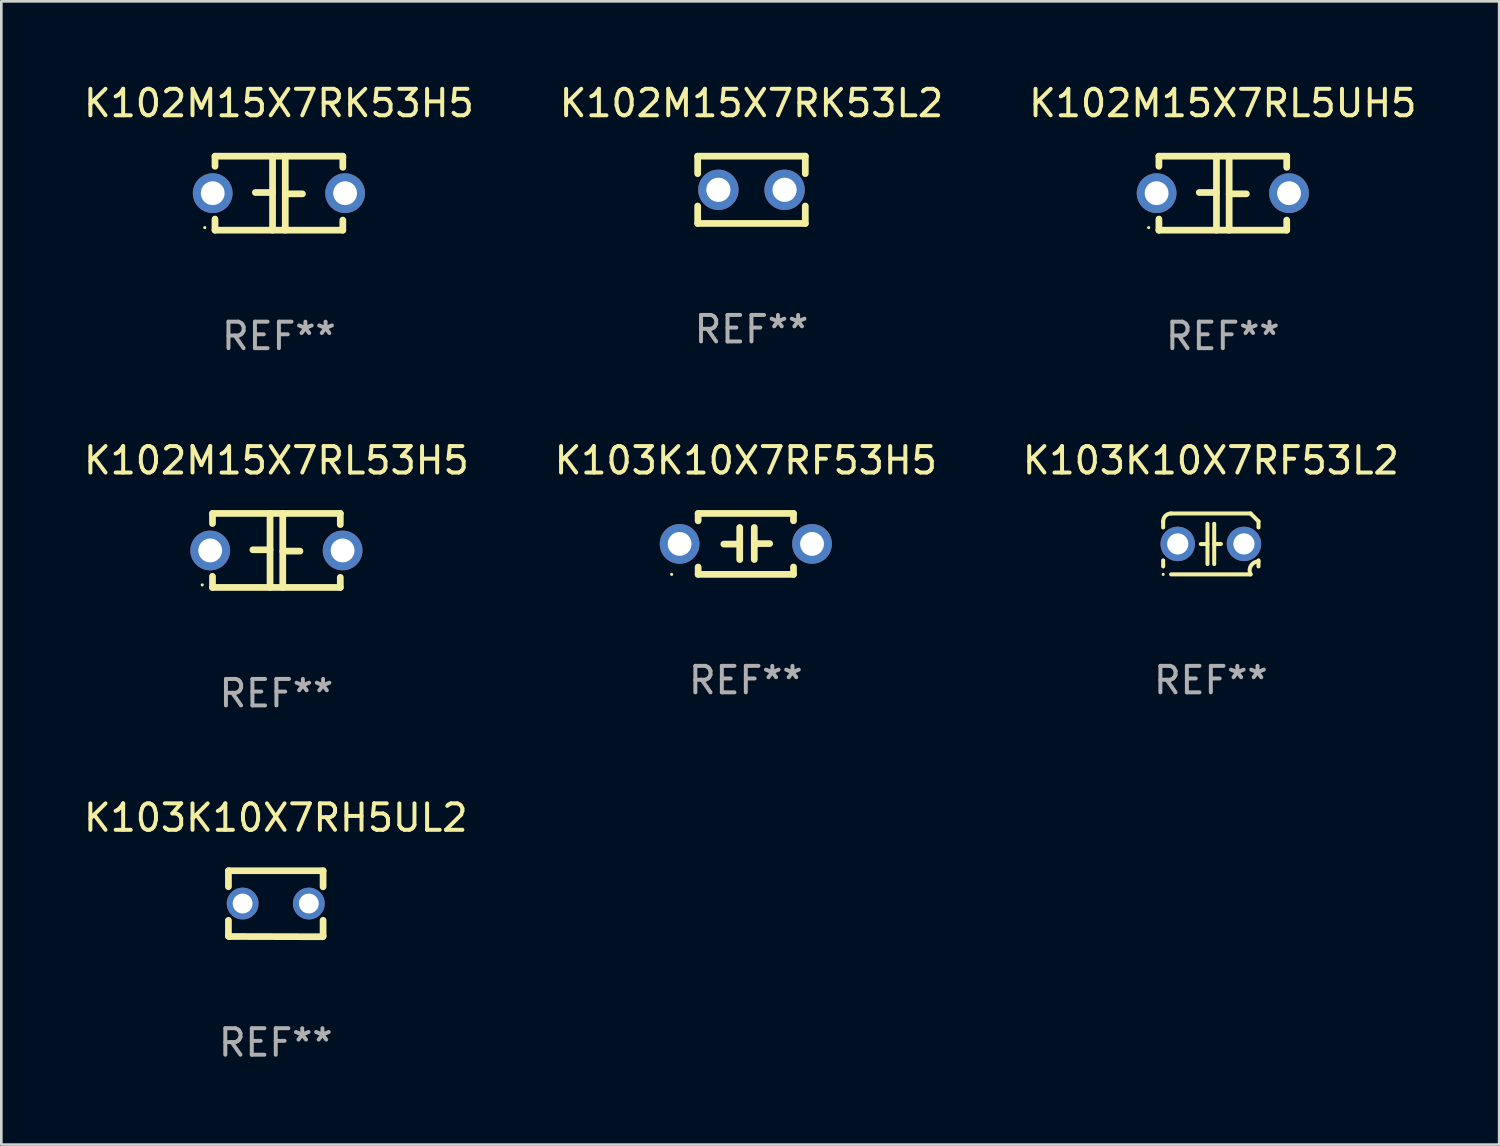
<source format=kicad_pcb>
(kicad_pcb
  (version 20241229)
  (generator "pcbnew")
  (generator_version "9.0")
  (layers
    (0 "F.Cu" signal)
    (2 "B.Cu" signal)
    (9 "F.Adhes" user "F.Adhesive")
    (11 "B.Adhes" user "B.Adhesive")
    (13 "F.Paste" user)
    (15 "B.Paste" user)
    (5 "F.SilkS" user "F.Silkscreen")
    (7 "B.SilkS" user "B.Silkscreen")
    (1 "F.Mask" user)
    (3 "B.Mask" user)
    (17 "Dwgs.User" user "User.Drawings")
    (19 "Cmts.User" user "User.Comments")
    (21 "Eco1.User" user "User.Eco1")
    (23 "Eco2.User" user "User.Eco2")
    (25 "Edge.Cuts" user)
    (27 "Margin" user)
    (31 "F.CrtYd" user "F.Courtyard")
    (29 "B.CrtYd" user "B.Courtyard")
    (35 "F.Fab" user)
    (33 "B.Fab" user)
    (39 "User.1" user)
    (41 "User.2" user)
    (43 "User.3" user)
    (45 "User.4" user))
  (footprint "K102M15X7RL53H5"
    (layer "F.Cu")
    (at 7.387 17.736)
    (property "Reference" "K102M15X7RL53H5" (at 0 -3.397 0) (layer "F.SilkS") (effects (font (size 1 1) (thickness 0.15))))
    (attr through_hole)
    (fp_line (start -2.413 -1.397) (end 2.413 -1.397) (stroke (width 0.254) (type solid)) (layer "F.SilkS"))
    (fp_line (start -2.413 -1.016) (end -2.413 -1.397) (stroke (width 0.254) (type solid)) (layer "F.SilkS"))
    (fp_line (start -2.413 0.977) (end -2.413 1.397) (stroke (width 0.254) (type solid)) (layer "F.SilkS"))
    (fp_line (start -0.24 -0.025) (end -0.889 -0.025) (stroke (width 0.254) (type solid)) (layer "F.SilkS"))
    (fp_line (start -0.24 1.397) (end -0.24 -1.397) (stroke (width 0.254) (type solid)) (layer "F.SilkS"))
    (fp_line (start 0.24 -1.397) (end 0.24 1.397) (stroke (width 0.254) (type solid)) (layer "F.SilkS"))
    (fp_line (start 0.24 0.025) (end 0.889 0.025) (stroke (width 0.254) (type solid)) (layer "F.SilkS"))
    (fp_line (start 2.413 -0.977) (end 2.413 -1.397) (stroke (width 0.254) (type solid)) (layer "F.SilkS"))
    (fp_line (start 2.413 1.016) (end 2.413 1.397) (stroke (width 0.254) (type solid)) (layer "F.SilkS"))
    (fp_line (start 2.413 1.397) (end -2.413 1.397) (stroke (width 0.254) (type solid)) (layer "F.SilkS"))
    (fp_circle (center -2.8 1.3) (end -2.77 1.3) (stroke (width 0.06) (type solid)) (fill no) (layer "F.SilkS"))
    (fp_text user "REF**" (at 0 5.397 0) (layer "F.Fab") (effects (font (size 1 1) (thickness 0.15))))
    (pad "1" thru_hole circle (at -2.5 0) (size 1.5 1.5) (drill 0.9) (layers "*.Cu" "*.Mask"))
    (pad "2" thru_hole circle (at 2.5 0) (size 1.5 1.5) (drill 0.9) (layers "*.Cu" "*.Mask")))
  (footprint "K102M15X7RK53H5"
    (layer "F.Cu")
    (at 7.482 4.245)
    (property "Reference" "K102M15X7RK53H5" (at 0 -3.397 0) (layer "F.SilkS") (effects (font (size 1 1) (thickness 0.15))))
    (attr through_hole)
    (fp_line (start -2.413 -1.397) (end 2.413 -1.397) (stroke (width 0.254) (type solid)) (layer "F.SilkS"))
    (fp_line (start -2.413 -1.016) (end -2.413 -1.397) (stroke (width 0.254) (type solid)) (layer "F.SilkS"))
    (fp_line (start -2.413 0.977) (end -2.413 1.397) (stroke (width 0.254) (type solid)) (layer "F.SilkS"))
    (fp_line (start -0.24 -0.025) (end -0.889 -0.025) (stroke (width 0.254) (type solid)) (layer "F.SilkS"))
    (fp_line (start -0.24 1.397) (end -0.24 -1.397) (stroke (width 0.254) (type solid)) (layer "F.SilkS"))
    (fp_line (start 0.24 -1.397) (end 0.24 1.397) (stroke (width 0.254) (type solid)) (layer "F.SilkS"))
    (fp_line (start 0.24 0.025) (end 0.889 0.025) (stroke (width 0.254) (type solid)) (layer "F.SilkS"))
    (fp_line (start 2.413 -0.977) (end 2.413 -1.397) (stroke (width 0.254) (type solid)) (layer "F.SilkS"))
    (fp_line (start 2.413 1.016) (end 2.413 1.397) (stroke (width 0.254) (type solid)) (layer "F.SilkS"))
    (fp_line (start 2.413 1.397) (end -2.413 1.397) (stroke (width 0.254) (type solid)) (layer "F.SilkS"))
    (fp_circle (center -2.8 1.3) (end -2.77 1.3) (stroke (width 0.06) (type solid)) (fill no) (layer "F.SilkS"))
    (fp_text user "REF**" (at 0 5.397 0) (layer "F.Fab") (effects (font (size 1 1) (thickness 0.15))))
    (pad "1" thru_hole circle (at -2.5 0) (size 1.5 1.5) (drill 0.9) (layers "*.Cu" "*.Mask"))
    (pad "2" thru_hole circle (at 2.5 0) (size 1.5 1.5) (drill 0.9) (layers "*.Cu" "*.Mask")))
  (footprint "K103K10X7RF53L2"
    (layer "F.Cu")
    (at 42.673 17.489)
    (property "Reference" "K103K10X7RF53L2" (at 0 -3.15 0) (layer "F.SilkS") (effects (font (size 1 1) (thickness 0.15))))
    (attr through_hole)
    (fp_line (start -1.8 -0.621) (end -1.8 -0.85) (stroke (width 0.152) (type solid)) (layer "F.SilkS"))
    (fp_line (start -1.8 0.85) (end -1.8 0.621) (stroke (width 0.152) (type solid)) (layer "F.SilkS"))
    (fp_line (start -1.5 -1.15) (end 1.5 -1.15) (stroke (width 0.152) (type solid)) (layer "F.SilkS"))
    (fp_line (start -0.127 -0.762) (end -0.127 0.762) (stroke (width 0.152) (type solid)) (layer "F.SilkS"))
    (fp_line (start -0.127 0.005) (end -0.381 0.005) (stroke (width 0.152) (type solid)) (layer "F.SilkS"))
    (fp_line (start 0.127 -0.762) (end 0.127 0.762) (stroke (width 0.152) (type solid)) (layer "F.SilkS"))
    (fp_line (start 0.127 0.002) (end 0.381 0.002) (stroke (width 0.152) (type solid)) (layer "F.SilkS"))
    (fp_line (start 1.5 1.15) (end -1.5 1.15) (stroke (width 0.152) (type solid)) (layer "F.SilkS"))
    (fp_line (start 1.8 -0.85) (end 1.8 -0.621) (stroke (width 0.152) (type solid)) (layer "F.SilkS"))
    (fp_line (start 1.8 0.621) (end 1.8 0.85) (stroke (width 0.152) (type solid)) (layer "F.SilkS"))
    (fp_arc (start -1.799975 -0.849987) (mid -1.712107 -1.062119) (end -1.499975 -1.149987) (stroke (width 0.151994) (type solid)) (layer "F.SilkS"))
    (fp_arc (start 1.499975 1.149987) (mid 1.513726 0.822359) (end 1.799975 0.662387) (stroke (width 0.151994) (type solid)) (layer "F.SilkS"))
    (fp_arc (start 1.500001 -1.149986) (mid 1.650015 -1.000001) (end 1.8 -0.849987) (stroke (width 0.151994) (type solid)) (layer "F.SilkS"))
    (fp_circle (center -1.8 1.15) (end -1.77 1.15) (stroke (width 0.06) (type solid)) (fill no) (layer "F.SilkS"))
    (fp_text user "REF**" (at 0 5.15 0) (layer "F.Fab") (effects (font (size 1 1) (thickness 0.15))))
    (pad "1" thru_hole circle (at -1.25 0) (size 1.3 1.3) (drill 0.8) (layers "*.Cu" "*.Mask"))
    (pad "2" thru_hole circle (at 1.25 0) (size 1.3 1.3) (drill 0.8) (layers "*.Cu" "*.Mask")))
  (footprint "K102M15X7RK53L2"
    (layer "F.Cu")
    (at 25.327 4.118)
    (property "Reference" "K102M15X7RK53L2" (at 0 -3.27 0) (layer "F.SilkS") (effects (font (size 1 1) (thickness 0.15))))
    (attr through_hole)
    (fp_line (start -2.032 -1.27) (end -2.032 -0.611) (stroke (width 0.254) (type solid)) (layer "F.SilkS"))
    (fp_line (start -2.032 0.611) (end -2.032 1.27) (stroke (width 0.254) (type solid)) (layer "F.SilkS"))
    (fp_line (start -2.032 1.27) (end 2.032 1.27) (stroke (width 0.254) (type solid)) (layer "F.SilkS"))
    (fp_line (start 2.032 -1.27) (end -2.032 -1.27) (stroke (width 0.254) (type solid)) (layer "F.SilkS"))
    (fp_line (start 2.032 -0.611) (end 2.032 -1.27) (stroke (width 0.254) (type solid)) (layer "F.SilkS"))
    (fp_line (start 2.032 1.27) (end 2.032 0.611) (stroke (width 0.254) (type solid)) (layer "F.SilkS"))
    (fp_circle (center -2 1.3) (end -1.97 1.3) (stroke (width 0.06) (type solid)) (fill no) (layer "F.SilkS"))
    (fp_text user "REF**" (at 0 5.27 0) (layer "F.Fab") (effects (font (size 1 1) (thickness 0.15))))
    (pad "1" thru_hole circle (at -1.25 0) (size 1.524 1.524) (drill 0.914) (layers "*.Cu" "*.Mask"))
    (pad "2" thru_hole circle (at 1.25 0) (size 1.524 1.524) (drill 0.914) (layers "*.Cu" "*.Mask")))
  (footprint "K103K10X7RH5UL2"
    (layer "F.Cu")
    (at 7.363 31.076)
    (property "Reference" "K103K10X7RH5UL2" (at 0 -3.246 0) (layer "F.SilkS") (effects (font (size 1 1) (thickness 0.15))))
    (attr through_hole)
    (fp_line (start -1.787 -1.246) (end -1.787 -0.642) (stroke (width 0.254) (type solid)) (layer "F.SilkS"))
    (fp_line (start -1.787 0.627) (end -1.787 1.228) (stroke (width 0.254) (type solid)) (layer "F.SilkS"))
    (fp_line (start -1.787 1.228) (end -1.75 1.237) (stroke (width 0.254) (type solid)) (layer "F.SilkS"))
    (fp_line (start -1.75 1.237) (end 1.759 1.246) (stroke (width 0.254) (type solid)) (layer "F.SilkS"))
    (fp_line (start 1.759 1.246) (end 1.787 1.218) (stroke (width 0.254) (type solid)) (layer "F.SilkS"))
    (fp_line (start 1.787 -1.246) (end -1.787 -1.246) (stroke (width 0.254) (type solid)) (layer "F.SilkS"))
    (fp_line (start 1.787 -0.639) (end 1.787 -1.246) (stroke (width 0.254) (type solid)) (layer "F.SilkS"))
    (fp_line (start 1.787 1.237) (end 1.787 0.625) (stroke (width 0.254) (type solid)) (layer "F.SilkS"))
    (fp_circle (center -1.801 1.243) (end -1.771 1.243) (stroke (width 0.06) (type solid)) (fill no) (layer "F.SilkS"))
    (fp_text user "REF**" (at 0 5.246 0) (layer "F.Fab") (effects (font (size 1 1) (thickness 0.15))))
    (pad "1" thru_hole circle (at -1.251 -0.007) (size 1.2 1.2) (drill 0.75) (layers "*.Cu" "*.Mask"))
    (pad "2" thru_hole circle (at 1.249 -0.007) (size 1.2 1.2) (drill 0.75) (layers "*.Cu" "*.Mask")))
  (footprint "K103K10X7RF53H5"
    (layer "F.Cu")
    (at 25.113 17.489)
    (property "Reference" "K103K10X7RF53H5" (at 0 -3.15 0) (layer "F.SilkS") (effects (font (size 1 1) (thickness 0.15))))
    (attr through_hole)
    (fp_line (start -1.8 -1.15) (end -1.8 -0.872) (stroke (width 0.254) (type solid)) (layer "F.SilkS"))
    (fp_line (start -1.8 -1.15) (end 1.8 -1.15) (stroke (width 0.254) (type solid)) (layer "F.SilkS"))
    (fp_line (start -1.8 0.872) (end -1.8 1.15) (stroke (width 0.254) (type solid)) (layer "F.SilkS"))
    (fp_line (start -1.8 1.15) (end 1.8 1.15) (stroke (width 0.254) (type solid)) (layer "F.SilkS"))
    (fp_line (start -0.23 -0.62) (end -0.23 0.59) (stroke (width 0.254) (type solid)) (layer "F.SilkS"))
    (fp_line (start -0.23 0.007) (end -0.83 0.007) (stroke (width 0.254) (type solid)) (layer "F.SilkS"))
    (fp_line (start 0.32 -0.62) (end 0.32 0.59) (stroke (width 0.254) (type solid)) (layer "F.SilkS"))
    (fp_line (start 0.32 -0.012) (end 0.9 -0.012) (stroke (width 0.254) (type solid)) (layer "F.SilkS"))
    (fp_line (start 1.8 -1.15) (end 1.8 -0.872) (stroke (width 0.254) (type solid)) (layer "F.SilkS"))
    (fp_line (start 1.8 0.872) (end 1.8 1.15) (stroke (width 0.254) (type solid)) (layer "F.SilkS"))
    (fp_circle (center -2.8 1.15) (end -2.77 1.15) (stroke (width 0.06) (type solid)) (fill no) (layer "F.SilkS"))
    (fp_text user "REF**" (at 0 5.15 0) (layer "F.Fab") (effects (font (size 1 1) (thickness 0.15))))
    (pad "1" thru_hole circle (at -2.5 0) (size 1.5 1.5) (drill 0.9) (layers "*.Cu" "*.Mask"))
    (pad "2" thru_hole circle (at 2.5 0) (size 1.5 1.5) (drill 0.9) (layers "*.Cu" "*.Mask")))
  (footprint "K102M15X7RL5UH5"
    (layer "F.Cu")
    (at 43.125 4.245)
    (property "Reference" "K102M15X7RL5UH5" (at 0 -3.397 0) (layer "F.SilkS") (effects (font (size 1 1) (thickness 0.15))))
    (attr through_hole)
    (fp_line (start -2.413 -1.397) (end 2.413 -1.397) (stroke (width 0.254) (type solid)) (layer "F.SilkS"))
    (fp_line (start -2.413 -1.016) (end -2.413 -1.397) (stroke (width 0.254) (type solid)) (layer "F.SilkS"))
    (fp_line (start -2.413 0.977) (end -2.413 1.397) (stroke (width 0.254) (type solid)) (layer "F.SilkS"))
    (fp_line (start -0.24 -0.025) (end -0.889 -0.025) (stroke (width 0.254) (type solid)) (layer "F.SilkS"))
    (fp_line (start -0.24 1.397) (end -0.24 -1.397) (stroke (width 0.254) (type solid)) (layer "F.SilkS"))
    (fp_line (start 0.24 -1.397) (end 0.24 1.397) (stroke (width 0.254) (type solid)) (layer "F.SilkS"))
    (fp_line (start 0.24 0.025) (end 0.889 0.025) (stroke (width 0.254) (type solid)) (layer "F.SilkS"))
    (fp_line (start 2.413 -0.977) (end 2.413 -1.397) (stroke (width 0.254) (type solid)) (layer "F.SilkS"))
    (fp_line (start 2.413 1.016) (end 2.413 1.397) (stroke (width 0.254) (type solid)) (layer "F.SilkS"))
    (fp_line (start 2.413 1.397) (end -2.413 1.397) (stroke (width 0.254) (type solid)) (layer "F.SilkS"))
    (fp_circle (center -2.8 1.3) (end -2.77 1.3) (stroke (width 0.06) (type solid)) (fill no) (layer "F.SilkS"))
    (fp_text user "REF**" (at 0 5.397 0) (layer "F.Fab") (effects (font (size 1 1) (thickness 0.15))))
    (pad "1" thru_hole circle (at -2.5 0) (size 1.5 1.5) (drill 0.9) (layers "*.Cu" "*.Mask"))
    (pad "2" thru_hole circle (at 2.5 0) (size 1.5 1.5) (drill 0.9) (layers "*.Cu" "*.Mask")))
  (gr_rect
    (start -3 -3)
    (end 53.56 40.17)
    (stroke (width 0.1) (type default))
    (fill no)
    (layer "Edge.Cuts")))
</source>
